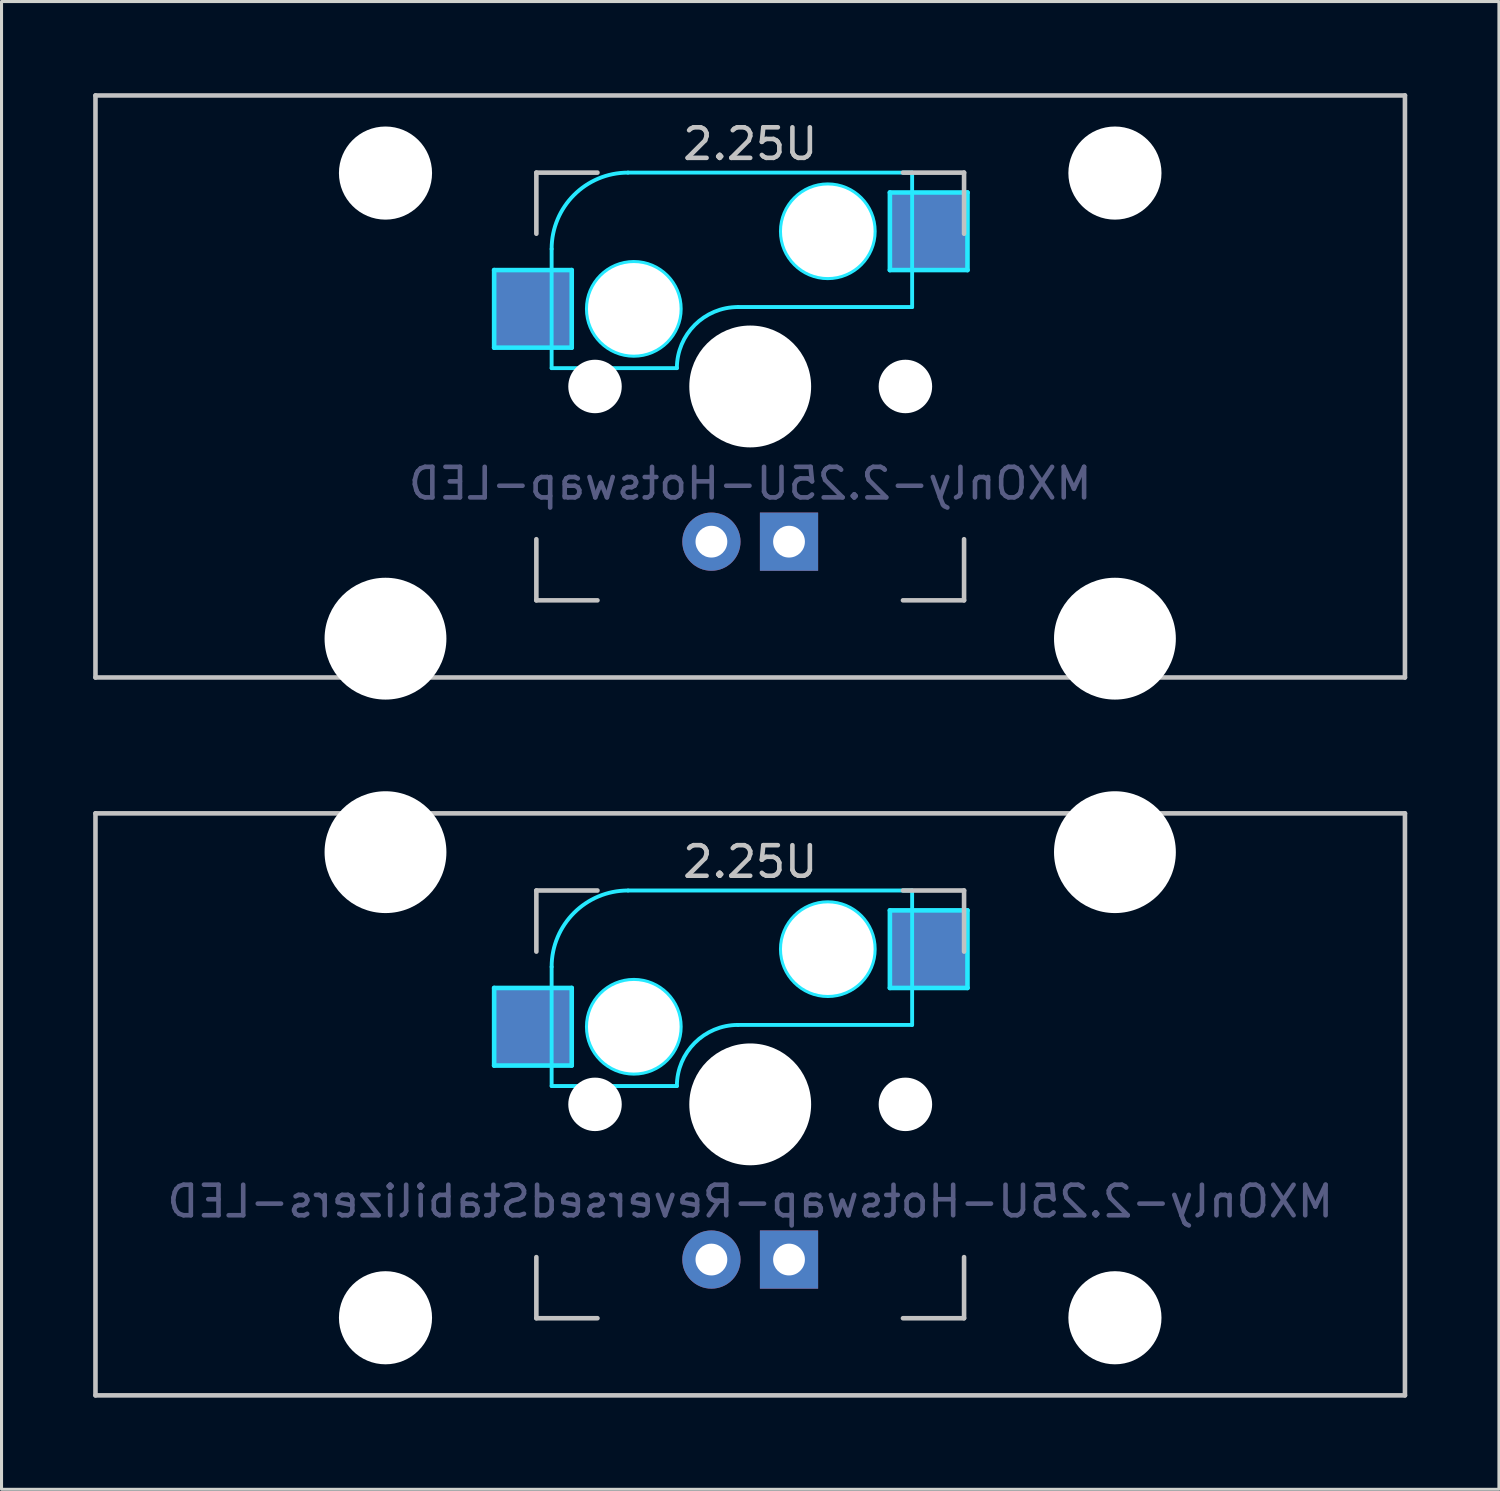
<source format=kicad_pcb>
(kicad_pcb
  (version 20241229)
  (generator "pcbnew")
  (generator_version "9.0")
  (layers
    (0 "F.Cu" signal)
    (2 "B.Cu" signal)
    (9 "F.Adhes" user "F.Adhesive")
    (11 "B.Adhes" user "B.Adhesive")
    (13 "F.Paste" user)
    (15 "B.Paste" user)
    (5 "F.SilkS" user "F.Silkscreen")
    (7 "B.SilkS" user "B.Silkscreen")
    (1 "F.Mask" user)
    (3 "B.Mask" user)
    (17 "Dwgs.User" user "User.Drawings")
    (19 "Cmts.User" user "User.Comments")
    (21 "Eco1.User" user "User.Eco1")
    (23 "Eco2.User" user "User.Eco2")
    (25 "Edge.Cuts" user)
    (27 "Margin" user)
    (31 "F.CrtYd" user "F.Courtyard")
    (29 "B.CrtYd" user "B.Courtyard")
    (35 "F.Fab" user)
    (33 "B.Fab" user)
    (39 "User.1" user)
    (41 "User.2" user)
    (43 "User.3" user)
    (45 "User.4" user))
  (footprint "MXOnly-2.25U-Hotswap-ReversedStabilizers-LED"
    (layer "F.Cu")
    (at 21.506 33.098)
    (property "Reference" "MXOnly-2.25U-Hotswap-ReversedStabilizers-LED" (at 0 3.175 0) (layer "B.Fab") (effects (font (size 1 1) (thickness 0.15)) (justify mirror)))
    (attr through_hole)
    (fp_line (start -21.431 -9.525) (end 21.431 -9.525) (stroke (width 0.15) (type solid)) (layer "Dwgs.User"))
    (fp_line (start -21.431 9.525) (end -21.431 -9.525) (stroke (width 0.15) (type solid)) (layer "Dwgs.User"))
    (fp_line (start -7 -7) (end -7 -5) (stroke (width 0.15) (type solid)) (layer "Dwgs.User"))
    (fp_line (start -7 5) (end -7 7) (stroke (width 0.15) (type solid)) (layer "Dwgs.User"))
    (fp_line (start -7 7) (end -5 7) (stroke (width 0.15) (type solid)) (layer "Dwgs.User"))
    (fp_line (start -5 -7) (end -7 -7) (stroke (width 0.15) (type solid)) (layer "Dwgs.User"))
    (fp_line (start 5 -7) (end 7 -7) (stroke (width 0.15) (type solid)) (layer "Dwgs.User"))
    (fp_line (start 5 7) (end 7 7) (stroke (width 0.15) (type solid)) (layer "Dwgs.User"))
    (fp_line (start 7 -7) (end 7 -5) (stroke (width 0.15) (type solid)) (layer "Dwgs.User"))
    (fp_line (start 7 7) (end 7 5) (stroke (width 0.15) (type solid)) (layer "Dwgs.User"))
    (fp_line (start 21.431 -9.525) (end 21.431 9.525) (stroke (width 0.15) (type solid)) (layer "Dwgs.User"))
    (fp_line (start 21.431 9.525) (end -21.431 9.525) (stroke (width 0.15) (type solid)) (layer "Dwgs.User"))
    (fp_line (start -8.382 -3.81) (end -5.842 -3.81) (stroke (width 0.15) (type solid)) (layer "B.CrtYd"))
    (fp_line (start -8.382 -1.27) (end -8.382 -3.81) (stroke (width 0.15) (type solid)) (layer "B.CrtYd"))
    (fp_line (start -6.5 -4.5) (end -6.5 -0.6) (stroke (width 0.127) (type solid)) (layer "B.CrtYd"))
    (fp_line (start -6.5 -0.6) (end -2.4 -0.6) (stroke (width 0.127) (type solid)) (layer "B.CrtYd"))
    (fp_line (start -5.842 -3.81) (end -5.842 -1.27) (stroke (width 0.15) (type solid)) (layer "B.CrtYd"))
    (fp_line (start -5.842 -1.27) (end -8.382 -1.27) (stroke (width 0.15) (type solid)) (layer "B.CrtYd"))
    (fp_line (start -0.4 -2.6) (end 5.3 -2.6) (stroke (width 0.127) (type solid)) (layer "B.CrtYd"))
    (fp_line (start 4.572 -6.35) (end 7.112 -6.35) (stroke (width 0.15) (type solid)) (layer "B.CrtYd"))
    (fp_line (start 4.572 -3.81) (end 4.572 -6.35) (stroke (width 0.15) (type solid)) (layer "B.CrtYd"))
    (fp_line (start 5.3 -7) (end -4 -7) (stroke (width 0.127) (type solid)) (layer "B.CrtYd"))
    (fp_line (start 5.3 -7) (end 5.3 -2.6) (stroke (width 0.127) (type solid)) (layer "B.CrtYd"))
    (fp_line (start 7.112 -6.35) (end 7.112 -3.81) (stroke (width 0.15) (type solid)) (layer "B.CrtYd"))
    (fp_line (start 7.112 -3.81) (end 4.572 -3.81) (stroke (width 0.15) (type solid)) (layer "B.CrtYd"))
    (fp_arc (start -6.5 -4.5) (mid -5.767767 -6.267767) (end -4 -7) (stroke (width 0.127) (type solid)) (layer "B.CrtYd"))
    (fp_arc (start -2.4 -0.6) (mid -1.814214 -2.014214) (end -0.4 -2.6) (stroke (width 0.127) (type solid)) (layer "B.CrtYd"))
    (fp_circle (center -3.81 -2.54) (end -3.81 -4.064) (stroke (width 0.15) (type solid)) (fill no) (layer "B.CrtYd"))
    (fp_circle (center 2.54 -5.08) (end 2.54 -6.604) (stroke (width 0.15) (type solid)) (fill no) (layer "B.CrtYd"))
    (fp_text user "2.25U" (at 0 -7.938 0) (layer "Dwgs.User") (effects (font (size 1 1) (thickness 0.15))))
    (pad "" np_thru_hole circle (at -11.938 -8.255) (size 3.988 3.988) (drill 3.988) (layers "*.Cu" "*.Mask"))
    (pad "" np_thru_hole circle (at -11.938 6.985) (size 3.048 3.048) (drill 3.048) (layers "*.Cu" "*.Mask"))
    (pad "" np_thru_hole circle (at -5.08 0 48.1) (size 1.75 1.75) (drill 1.75) (layers "*.Cu" "*.Mask"))
    (pad "" np_thru_hole circle (at -3.81 -2.54) (size 3 3) (drill 3) (layers "*.Cu" "*.Mask"))
    (pad "" np_thru_hole circle (at 0 0) (size 3.988 3.988) (drill 3.988) (layers "*.Cu" "*.Mask"))
    (pad "" np_thru_hole circle (at 2.54 -5.08) (size 3 3) (drill 3) (layers "*.Cu" "*.Mask"))
    (pad "" np_thru_hole circle (at 5.08 0 48.1) (size 1.75 1.75) (drill 1.75) (layers "*.Cu" "*.Mask"))
    (pad "" np_thru_hole circle (at 11.938 -8.255) (size 3.988 3.988) (drill 3.988) (layers "*.Cu" "*.Mask"))
    (pad "" np_thru_hole circle (at 11.938 6.985) (size 3.048 3.048) (drill 3.048) (layers "*.Cu" "*.Mask"))
    (pad "1" smd rect (at -7.085 -2.54) (size 2.55 2.5) (layers "B.Cu" "B.Mask" "B.Paste"))
    (pad "2" smd rect (at 5.842 -5.08) (size 2.55 2.5) (layers "B.Cu" "B.Mask" "B.Paste"))
    (pad "3" thru_hole circle (at -1.27 5.08) (size 1.905 1.905) (drill 1.04) (layers "*.Cu" "B.Mask"))
    (pad "4" thru_hole rect (at 1.27 5.08) (size 1.905 1.905) (drill 1.04) (layers "*.Cu" "B.Mask")))
  (footprint "MXOnly-2.25U-Hotswap-LED"
    (layer "F.Cu")
    (at 21.506 9.6)
    (property "Reference" "MXOnly-2.25U-Hotswap-LED" (at 0 3.175 0) (layer "B.Fab") (effects (font (size 1 1) (thickness 0.15)) (justify mirror)))
    (attr through_hole)
    (fp_line (start -21.431 -9.525) (end 21.431 -9.525) (stroke (width 0.15) (type solid)) (layer "Dwgs.User"))
    (fp_line (start -21.431 9.525) (end -21.431 -9.525) (stroke (width 0.15) (type solid)) (layer "Dwgs.User"))
    (fp_line (start -7 -7) (end -7 -5) (stroke (width 0.15) (type solid)) (layer "Dwgs.User"))
    (fp_line (start -7 5) (end -7 7) (stroke (width 0.15) (type solid)) (layer "Dwgs.User"))
    (fp_line (start -7 7) (end -5 7) (stroke (width 0.15) (type solid)) (layer "Dwgs.User"))
    (fp_line (start -5 -7) (end -7 -7) (stroke (width 0.15) (type solid)) (layer "Dwgs.User"))
    (fp_line (start 5 -7) (end 7 -7) (stroke (width 0.15) (type solid)) (layer "Dwgs.User"))
    (fp_line (start 5 7) (end 7 7) (stroke (width 0.15) (type solid)) (layer "Dwgs.User"))
    (fp_line (start 7 -7) (end 7 -5) (stroke (width 0.15) (type solid)) (layer "Dwgs.User"))
    (fp_line (start 7 7) (end 7 5) (stroke (width 0.15) (type solid)) (layer "Dwgs.User"))
    (fp_line (start 21.431 -9.525) (end 21.431 9.525) (stroke (width 0.15) (type solid)) (layer "Dwgs.User"))
    (fp_line (start 21.431 9.525) (end -21.431 9.525) (stroke (width 0.15) (type solid)) (layer "Dwgs.User"))
    (fp_line (start -8.382 -3.81) (end -5.842 -3.81) (stroke (width 0.15) (type solid)) (layer "B.CrtYd"))
    (fp_line (start -8.382 -1.27) (end -8.382 -3.81) (stroke (width 0.15) (type solid)) (layer "B.CrtYd"))
    (fp_line (start -6.5 -4.5) (end -6.5 -0.6) (stroke (width 0.127) (type solid)) (layer "B.CrtYd"))
    (fp_line (start -6.5 -0.6) (end -2.4 -0.6) (stroke (width 0.127) (type solid)) (layer "B.CrtYd"))
    (fp_line (start -5.842 -3.81) (end -5.842 -1.27) (stroke (width 0.15) (type solid)) (layer "B.CrtYd"))
    (fp_line (start -5.842 -1.27) (end -8.382 -1.27) (stroke (width 0.15) (type solid)) (layer "B.CrtYd"))
    (fp_line (start -0.4 -2.6) (end 5.3 -2.6) (stroke (width 0.127) (type solid)) (layer "B.CrtYd"))
    (fp_line (start 4.572 -6.35) (end 7.112 -6.35) (stroke (width 0.15) (type solid)) (layer "B.CrtYd"))
    (fp_line (start 4.572 -3.81) (end 4.572 -6.35) (stroke (width 0.15) (type solid)) (layer "B.CrtYd"))
    (fp_line (start 5.3 -7) (end -4 -7) (stroke (width 0.127) (type solid)) (layer "B.CrtYd"))
    (fp_line (start 5.3 -7) (end 5.3 -2.6) (stroke (width 0.127) (type solid)) (layer "B.CrtYd"))
    (fp_line (start 7.112 -6.35) (end 7.112 -3.81) (stroke (width 0.15) (type solid)) (layer "B.CrtYd"))
    (fp_line (start 7.112 -3.81) (end 4.572 -3.81) (stroke (width 0.15) (type solid)) (layer "B.CrtYd"))
    (fp_arc (start -6.5 -4.5) (mid -5.767767 -6.267767) (end -4 -7) (stroke (width 0.127) (type solid)) (layer "B.CrtYd"))
    (fp_arc (start -2.4 -0.6) (mid -1.814214 -2.014214) (end -0.4 -2.6) (stroke (width 0.127) (type solid)) (layer "B.CrtYd"))
    (fp_circle (center -3.81 -2.54) (end -3.81 -4.064) (stroke (width 0.15) (type solid)) (fill no) (layer "B.CrtYd"))
    (fp_circle (center 2.54 -5.08) (end 2.54 -6.604) (stroke (width 0.15) (type solid)) (fill no) (layer "B.CrtYd"))
    (fp_text user "2.25U" (at 0 -7.938 0) (layer "Dwgs.User") (effects (font (size 1 1) (thickness 0.15))))
    (pad "" np_thru_hole circle (at -11.938 -6.985) (size 3.048 3.048) (drill 3.048) (layers "*.Cu" "*.Mask"))
    (pad "" np_thru_hole circle (at -11.938 8.255) (size 3.988 3.988) (drill 3.988) (layers "*.Cu" "*.Mask"))
    (pad "" np_thru_hole circle (at -5.08 0 48.1) (size 1.75 1.75) (drill 1.75) (layers "*.Cu" "*.Mask"))
    (pad "" np_thru_hole circle (at -3.81 -2.54) (size 3 3) (drill 3) (layers "*.Cu" "*.Mask"))
    (pad "" np_thru_hole circle (at 0 0) (size 3.988 3.988) (drill 3.988) (layers "*.Cu" "*.Mask"))
    (pad "" np_thru_hole circle (at 2.54 -5.08) (size 3 3) (drill 3) (layers "*.Cu" "*.Mask"))
    (pad "" np_thru_hole circle (at 5.08 0 48.1) (size 1.75 1.75) (drill 1.75) (layers "*.Cu" "*.Mask"))
    (pad "" np_thru_hole circle (at 11.938 -6.985) (size 3.048 3.048) (drill 3.048) (layers "*.Cu" "*.Mask"))
    (pad "" np_thru_hole circle (at 11.938 8.255) (size 3.988 3.988) (drill 3.988) (layers "*.Cu" "*.Mask"))
    (pad "1" smd rect (at -7.085 -2.54) (size 2.55 2.5) (layers "B.Cu" "B.Mask" "B.Paste"))
    (pad "2" smd rect (at 5.842 -5.08) (size 2.55 2.5) (layers "B.Cu" "B.Mask" "B.Paste"))
    (pad "3" thru_hole circle (at -1.27 5.08) (size 1.905 1.905) (drill 1.04) (layers "*.Cu" "B.Mask"))
    (pad "4" thru_hole rect (at 1.27 5.08) (size 1.905 1.905) (drill 1.04) (layers "*.Cu" "B.Mask")))
  (gr_rect
    (start -3 -3)
    (end 46.013 45.698)
    (stroke (width 0.1) (type default))
    (fill no)
    (layer "Edge.Cuts")))
</source>
